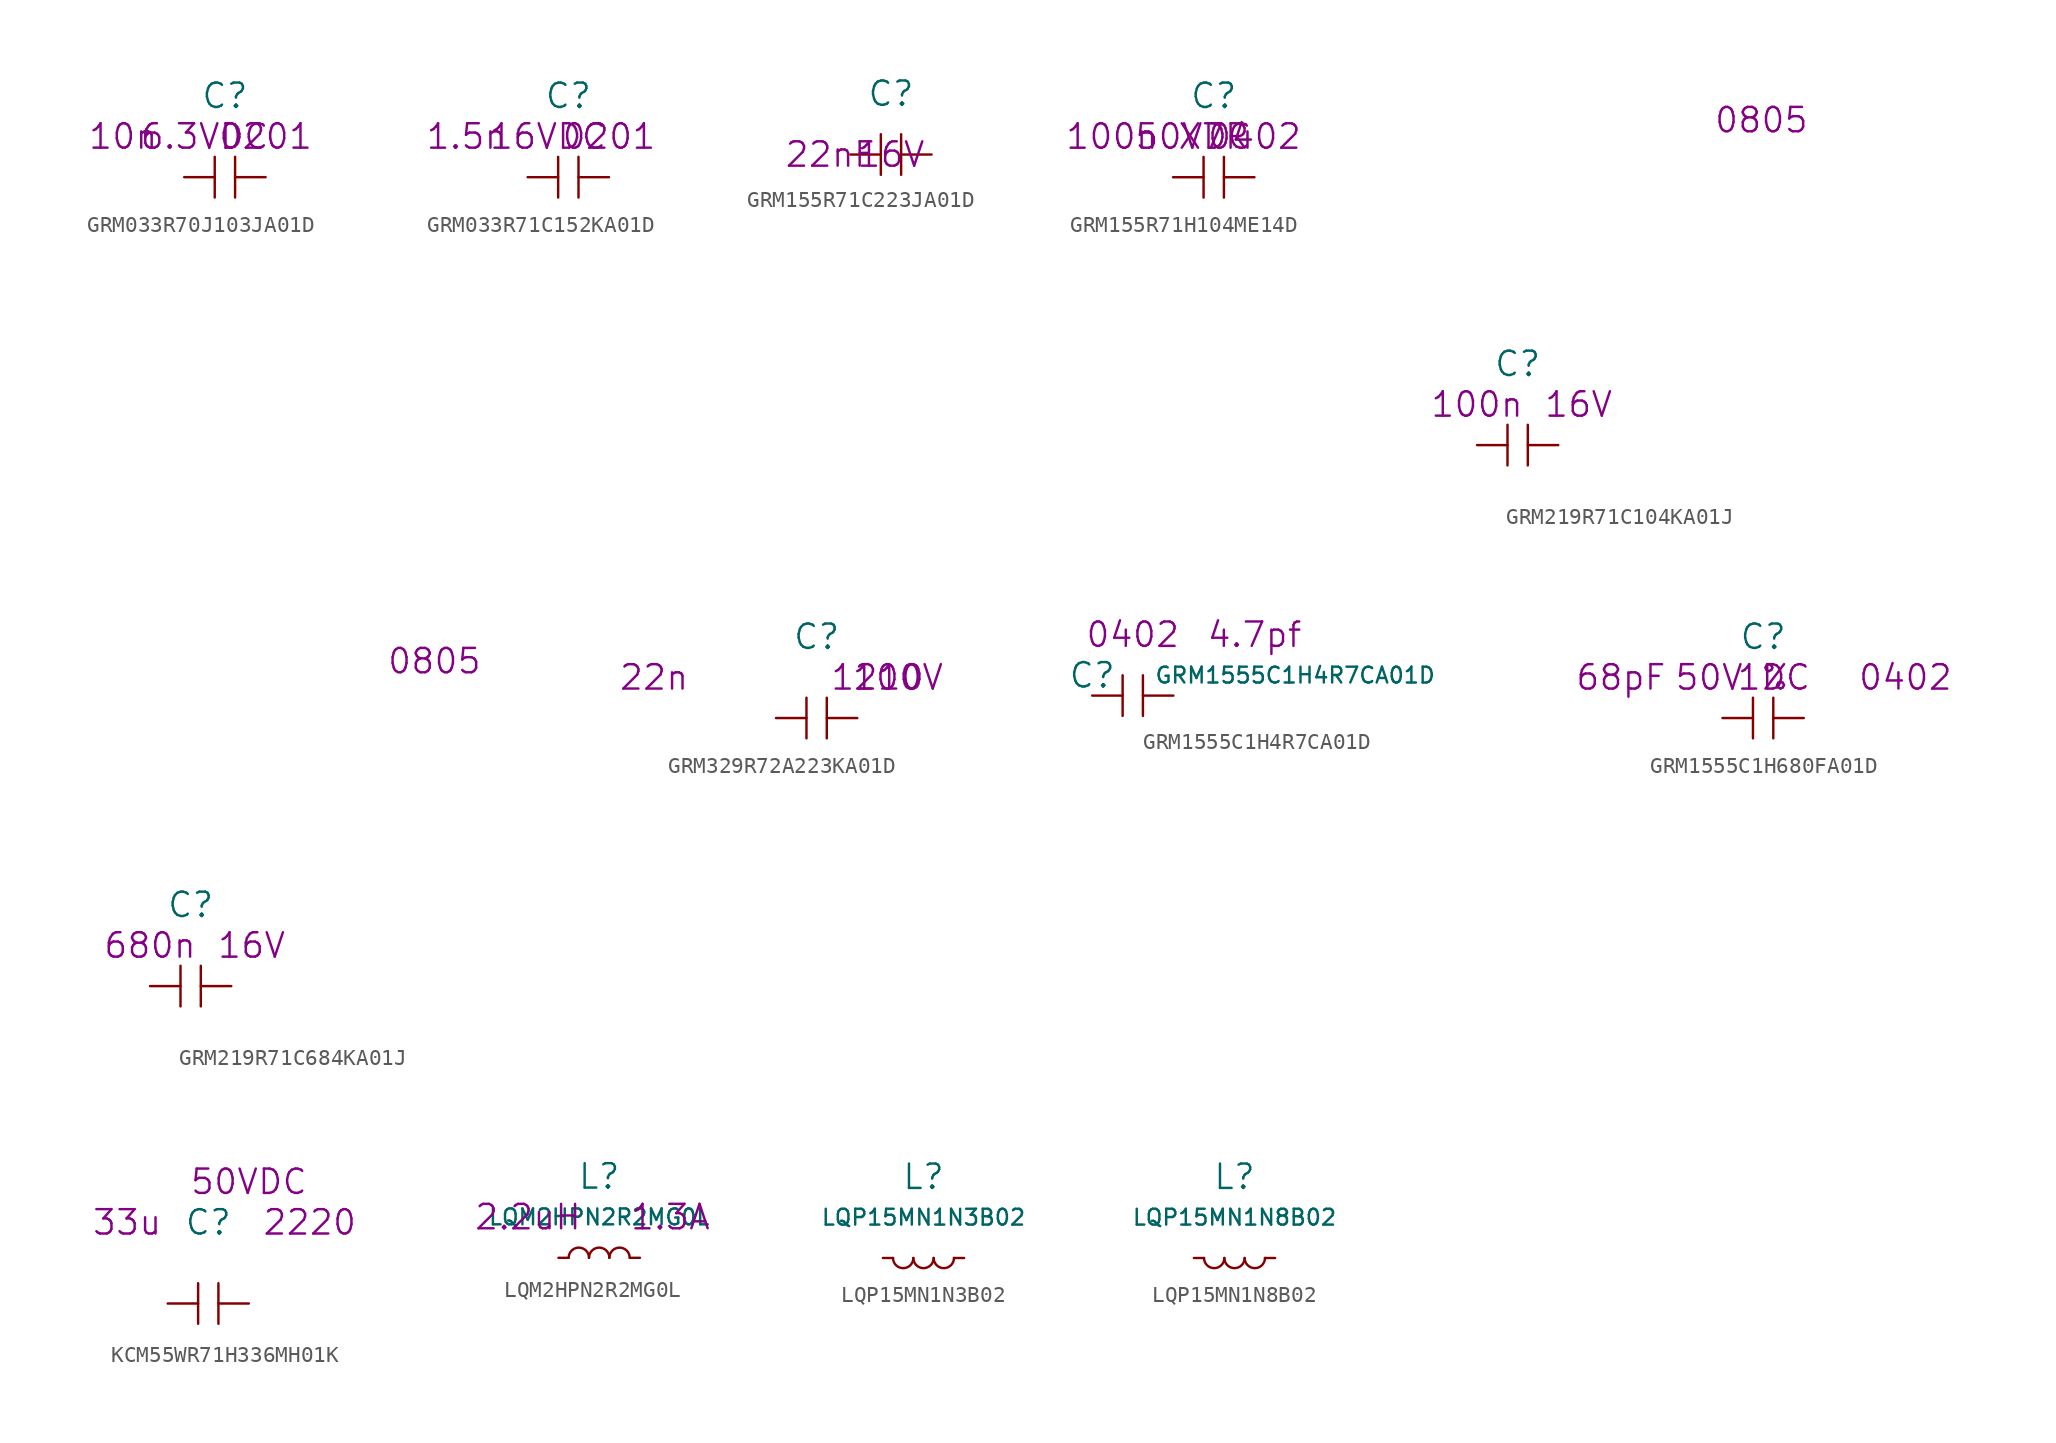
<source format=kicad_sym>
(kicad_symbol_lib
  (version 20220914)
  (generator kicad_symbol_editor)
  (symbol "GRM033R70J103JA01D"
    (pin_numbers hide)
    (pin_names
      (offset 1.016) hide)
    (property "Reference" "C"
      (at 0 5.08 0)
      (effects (font (size 1.524 1.524))))
    (property "Size" "0201"
      (at 2.54 2.54 0)
      (effects (font (size 1.524 1.524))))
    (property "Value2" "10n"
      (at -6.35 2.54 0)
      (effects (font (size 1.524 1.524))))
    (property "Rating" "6.3VDC"
      (at -1.27 2.54 0)
      (effects (font (size 1.524 1.524))))
    (symbol "GRM033R70J103JA01D_0_1"
      (polyline (pts (xy -0.635 -1.27) (xy -0.635 1.27)) (stroke (width 0) (type solid)) (fill (type none)))
      (polyline (pts (xy 0.635 1.27) (xy 0.635 -1.27)) (stroke (width 0) (type solid)) (fill (type none))))
    (symbol "GRM033R70J103JA01D_1_1"
      (pin passive line (at -2.54 0 0) (length 1.905) (name "1" (effects (font (size 1.27 1.27)))) (number "1" (effects (font (size 1.27 1.27)))))
      (pin passive line (at 2.54 0 180) (length 1.905) (name "2" (effects (font (size 1.27 1.27)))) (number "2" (effects (font (size 1.27 1.27)))))))
  (symbol "GRM033R71C152KA01D"
    (pin_numbers hide)
    (pin_names
      (offset 1.016) hide)
    (property "Reference" "C"
      (at 0 5.08 0)
      (effects (font (size 1.524 1.524))))
    (property "Size" "0201"
      (at 2.54 2.54 0)
      (effects (font (size 1.524 1.524))))
    (property "Value2" "1.5n"
      (at -6.35 2.54 0)
      (effects (font (size 1.524 1.524))))
    (property "Rating" "16VDC"
      (at -1.27 2.54 0)
      (effects (font (size 1.524 1.524))))
    (symbol "GRM033R71C152KA01D_0_1"
      (polyline (pts (xy -0.635 -1.27) (xy -0.635 1.27)) (stroke (width 0) (type solid)) (fill (type none)))
      (polyline (pts (xy 0.635 1.27) (xy 0.635 -1.27)) (stroke (width 0) (type solid)) (fill (type none))))
    (symbol "GRM033R71C152KA01D_1_1"
      (pin passive line (at -2.54 0 0) (length 1.905) (name "1" (effects (font (size 1.27 1.27)))) (number "1" (effects (font (size 1.27 1.27)))))
      (pin passive line (at 2.54 0 180) (length 1.905) (name "2" (effects (font (size 1.27 1.27)))) (number "2" (effects (font (size 1.27 1.27)))))))
  (symbol "GRM155R71C223JA01D"
    (pin_numbers hide)
    (pin_names
      (offset 1.016) hide)
    (property "Reference" "C"
      (at 0 3.81 0)
      (effects (font (size 1.524 1.524))))
    (property "Value2" "22nF"
      (at -3.81 0 0)
      (effects (font (size 1.524 1.524))))
    (property "Rating" "16V"
      (at 0 0 0)
      (effects (font (size 1.524 1.524))))
    (symbol "GRM155R71C223JA01D_0_1"
      (polyline (pts (xy -0.635 -1.27) (xy -0.635 1.27)) (stroke (width 0) (type solid)) (fill (type none)))
      (polyline (pts (xy 0.635 1.27) (xy 0.635 -1.27)) (stroke (width 0) (type solid)) (fill (type none))))
    (symbol "GRM155R71C223JA01D_1_1"
      (pin passive line (at -2.54 0 0) (length 1.905) (name "1" (effects (font (size 1.27 1.27)))) (number "1" (effects (font (size 1.27 1.27)))))
      (pin passive line (at 2.54 0 180) (length 1.905) (name "2" (effects (font (size 1.27 1.27)))) (number "2" (effects (font (size 1.27 1.27)))))))
  (symbol "GRM155R71H104ME14D"
    (pin_numbers hide)
    (pin_names
      (offset 1.016) hide)
    (property "Reference" "C"
      (at 0 5.08 0)
      (effects (font (size 1.524 1.524))))
    (property "Datasheet" ""
      (at 0 5.08 0)
      (effects (font (size 1.524 1.524))))
    (property "Size" "0402"
      (at 2.54 2.54 0)
      (effects (font (size 1.524 1.524))))
    (property "Value2" "100n"
      (at -6.35 2.54 0)
      (effects (font (size 1.524 1.524))))
    (property "Rating" "50VDC"
      (at -1.27 2.54 0)
      (effects (font (size 1.524 1.524))))
    (property "Dielectric" "X7R"
      (at 0 2.54 0)
      (effects (font (size 1.524 1.524))))
    (symbol "GRM155R71H104ME14D_0_1"
      (polyline (pts (xy -0.635 -1.27) (xy -0.635 1.27)) (stroke (width 0) (type solid)) (fill (type none)))
      (polyline (pts (xy 0.635 1.27) (xy 0.635 -1.27)) (stroke (width 0) (type solid)) (fill (type none))))
    (symbol "GRM155R71H104ME14D_1_1"
      (pin passive line (at -2.54 0 0) (length 1.905) (name "1" (effects (font (size 1.27 1.27)))) (number "1" (effects (font (size 1.27 1.27)))))
      (pin passive line (at 2.54 0 180) (length 1.905) (name "2" (effects (font (size 1.27 1.27)))) (number "2" (effects (font (size 1.27 1.27)))))))
  (symbol "GRM219R71C104KA01J"
    (pin_numbers hide)
    (pin_names
      (offset 1.016) hide)
    (property "Reference" "C"
      (at 0 5.08 0)
      (effects (font (size 1.524 1.524))))
    (property "Value2" "100n"
      (at -2.54 2.54 0)
      (effects (font (size 1.524 1.524))))
    (property "Rating" "16V"
      (at 3.81 2.54 0)
      (effects (font (size 1.524 1.524))))
    (property "Size" "0805"
      (at 15.24 20.32 0)
      (effects (font (size 1.524 1.524))))
    (symbol "GRM219R71C104KA01J_0_1"
      (polyline (pts (xy -0.635 -1.27) (xy -0.635 1.27)) (stroke (width 0) (type solid)) (fill (type none)))
      (polyline (pts (xy 0.635 1.27) (xy 0.635 -1.27)) (stroke (width 0) (type solid)) (fill (type none))))
    (symbol "GRM219R71C104KA01J_1_1"
      (pin passive line (at -2.54 0 0) (length 1.905) (name "1" (effects (font (size 1.27 1.27)))) (number "1" (effects (font (size 1.27 1.27)))))
      (pin passive line (at 2.54 0 180) (length 1.905) (name "2" (effects (font (size 1.27 1.27)))) (number "2" (effects (font (size 1.27 1.27)))))))
  (symbol "GRM219R71C684KA01J"
    (pin_numbers hide)
    (pin_names
      (offset 1.016) hide)
    (property "Reference" "C"
      (at 0 5.08 0)
      (effects (font (size 1.524 1.524))))
    (property "Value2" "680n"
      (at -2.54 2.54 0)
      (effects (font (size 1.524 1.524))))
    (property "Rating" "16V"
      (at 3.81 2.54 0)
      (effects (font (size 1.524 1.524))))
    (property "Size" "0805"
      (at 15.24 20.32 0)
      (effects (font (size 1.524 1.524))))
    (symbol "GRM219R71C684KA01J_0_1"
      (polyline (pts (xy -0.635 -1.27) (xy -0.635 1.27)) (stroke (width 0) (type solid)) (fill (type none)))
      (polyline (pts (xy 0.635 1.27) (xy 0.635 -1.27)) (stroke (width 0) (type solid)) (fill (type none))))
    (symbol "GRM219R71C684KA01J_1_1"
      (pin passive line (at -2.54 0 0) (length 1.905) (name "1" (effects (font (size 1.27 1.27)))) (number "1" (effects (font (size 1.27 1.27)))))
      (pin passive line (at 2.54 0 180) (length 1.905) (name "2" (effects (font (size 1.27 1.27)))) (number "2" (effects (font (size 1.27 1.27)))))))
  (symbol "GRM329R72A223KA01D"
    (pin_numbers hide)
    (pin_names
      (offset 1.016) hide)
    (property "Reference" "C"
      (at 0 5.08 0)
      (effects (font (size 1.524 1.524))))
    (property "Datasheet" ""
      (at 0 5.08 0)
      (effects (font (size 1.524 1.524))))
    (property "Value2" "22n"
      (at -10.16 2.54 0)
      (effects (font (size 1.524 1.524))))
    (property "Rating" "100V"
      (at 5.08 2.54 0)
      (effects (font (size 1.524 1.524))))
    (property "Size" "1210"
      (at 3.81 2.54 0)
      (effects (font (size 1.524 1.524))))
    (symbol "GRM329R72A223KA01D_0_1"
      (polyline (pts (xy -0.635 -1.27) (xy -0.635 1.27)) (stroke (width 0) (type solid)) (fill (type none)))
      (polyline (pts (xy 0.635 1.27) (xy 0.635 -1.27)) (stroke (width 0) (type solid)) (fill (type none))))
    (symbol "GRM329R72A223KA01D_1_1"
      (pin passive line (at -2.54 0 0) (length 1.905) (name "1" (effects (font (size 1.27 1.27)))) (number "1" (effects (font (size 1.27 1.27)))))
      (pin passive line (at 2.54 0 180) (length 1.905) (name "2" (effects (font (size 1.27 1.27)))) (number "2" (effects (font (size 1.27 1.27)))))))
  (symbol "GRM1555C1H4R7CA01D"
    (pin_numbers hide)
    (pin_names
      (offset 1.016) hide)
    (property "Reference" "C"
      (at -2.54 1.27 0)
      (effects (font (size 1.524 1.524))))
    (property "Value" "GRM1555C1H4R7CA01D"
      (at 10.16 1.27 0)
      (effects (font (size 0.991 0.991))))
    (property "Size" "0402"
      (at 0 3.81 0)
      (effects (font (size 1.524 1.524))))
    (property "Value2" "4.7pf"
      (at 7.62 3.81 0)
      (effects (font (size 1.524 1.524))))
    (symbol "GRM1555C1H4R7CA01D_0_1"
      (polyline (pts (xy -0.635 -1.27) (xy -0.635 1.27)) (stroke (width 0) (type solid)) (fill (type none)))
      (polyline (pts (xy 0.635 1.27) (xy 0.635 -1.27)) (stroke (width 0) (type solid)) (fill (type none))))
    (symbol "GRM1555C1H4R7CA01D_1_1"
      (pin input line (at -2.54 0 0) (length 1.905) (name "1" (effects (font (size 1.27 1.27)))) (number "1" (effects (font (size 1.27 1.27)))))
      (pin input line (at 2.54 0 180) (length 1.905) (name "2" (effects (font (size 1.27 1.27)))) (number "2" (effects (font (size 1.27 1.27)))))))
  (symbol "GRM1555C1H680FA01D"
    (pin_numbers hide)
    (pin_names
      (offset 1.016) hide)
    (property "Reference" "C"
      (at 0 5.08 0)
      (effects (font (size 1.524 1.524))))
    (property "Datasheet" ""
      (at 0 0 0)
      (effects (font (size 1.524 1.524))))
    (property "Value2" "68pF"
      (at -8.89 2.54 0)
      (effects (font (size 1.524 1.524))))
    (property "Size" "0402"
      (at 8.89 2.54 0)
      (effects (font (size 1.524 1.524))))
    (property "Tolerance" "1%"
      (at 0 2.54 0)
      (effects (font (size 1.524 1.524))))
    (property "Rating" "50V DC"
      (at -1.27 2.54 0)
      (effects (font (size 1.524 1.524))))
    (symbol "GRM1555C1H680FA01D_0_1"
      (polyline (pts (xy -0.635 -1.27) (xy -0.635 1.27)) (stroke (width 0) (type solid)) (fill (type none)))
      (polyline (pts (xy 0.635 1.27) (xy 0.635 -1.27)) (stroke (width 0) (type solid)) (fill (type none))))
    (symbol "GRM1555C1H680FA01D_1_1"
      (pin passive line (at -2.54 0 0) (length 1.905) (name "1" (effects (font (size 1.27 1.27)))) (number "1" (effects (font (size 1.27 1.27)))))
      (pin passive line (at 2.54 0 180) (length 1.905) (name "2" (effects (font (size 1.27 1.27)))) (number "2" (effects (font (size 1.27 1.27)))))))
  (symbol "KCM55WR71H336MH01K"
    (pin_numbers hide)
    (pin_names
      (offset 1.016) hide)
    (property "Reference" "C"
      (at 0 5.08 0)
      (effects (font (size 1.524 1.524))))
    (property "Datasheet" ""
      (at 0 5.08 0)
      (effects (font (size 1.524 1.524))))
    (property "Value2" "33u"
      (at -5.08 5.08 0)
      (effects (font (size 1.524 1.524))))
    (property "Size" "2220"
      (at 6.35 5.08 0)
      (effects (font (size 1.524 1.524))))
    (property "Rating" "50VDC"
      (at 2.54 7.62 0)
      (effects (font (size 1.524 1.524))))
    (symbol "KCM55WR71H336MH01K_0_1"
      (polyline (pts (xy -0.635 -1.27) (xy -0.635 1.27)) (stroke (width 0) (type solid)) (fill (type none)))
      (polyline (pts (xy 0.635 1.27) (xy 0.635 -1.27)) (stroke (width 0) (type solid)) (fill (type none))))
    (symbol "KCM55WR71H336MH01K_1_1"
      (pin passive line (at -2.54 0 0) (length 1.905) (name "1" (effects (font (size 1.27 1.27)))) (number "1" (effects (font (size 1.27 1.27)))))
      (pin passive line (at 2.54 0 180) (length 1.905) (name "2" (effects (font (size 1.27 1.27)))) (number "2" (effects (font (size 1.27 1.27)))))))
  (symbol "LQM2HPN2R2MG0L"
    (pin_numbers hide)
    (pin_names
      (offset 1.016) hide)
    (property "Reference" "L"
      (at 0 5.08 0)
      (effects (font (size 1.524 1.524))))
    (property "Value" "LQM2HPN2R2MG0L"
      (at 0 2.54 0)
      (effects (font (size 0.991 0.991))))
    (property "Datasheet" ""
      (at 0 5.08 0)
      (effects (font (size 1.524 1.524))))
    (property "Value2" "2.2uH"
      (at -4.445 2.54 0)
      (effects (font (size 1.524 1.524))))
    (property "DC Current" "1.3A"
      (at 4.445 2.54 0)
      (effects (font (size 1.524 1.524))))
    (symbol "LQM2HPN2R2MG0L_0_1"
      (arc (start -0.635 0) (mid -1.27 0.6323) (end -1.905 0) (stroke (width 0) (type solid)) (fill (type none)))
      (arc (start 0.635 0) (mid 0 0.6323) (end -0.635 0) (stroke (width 0) (type solid)) (fill (type none)))
      (arc (start 1.905 0) (mid 1.27 0.6323) (end 0.635 0) (stroke (width 0) (type solid)) (fill (type none))))
    (symbol "LQM2HPN2R2MG0L_1_1"
      (pin passive line (at -2.54 0 0) (length 0.635) (name "1" (effects (font (size 1.27 1.27)))) (number "1" (effects (font (size 1.27 1.27)))))
      (pin passive line (at 2.54 0 180) (length 0.635) (name "2" (effects (font (size 1.27 1.27)))) (number "2" (effects (font (size 1.27 1.27)))))))
  (symbol "LQP15MN1N3B02"
    (pin_numbers hide)
    (pin_names
      (offset 1.016) hide)
    (property "Reference" "L"
      (at 0 5.08 0)
      (effects (font (size 1.524 1.524))))
    (property "Value" "LQP15MN1N3B02"
      (at 0 2.54 0)
      (effects (font (size 0.991 0.991))))
    (property "Footprint" ""
      (at 0 0 0)
      (effects (font (size 1.524 1.524))))
    (property "Datasheet" ""
      (at 0 0 0)
      (effects (font (size 1.524 1.524))))
    (symbol "LQP15MN1N3B02_0_1"
      (arc (start -1.905 0) (mid -1.27 -0.6323) (end -0.635 0) (stroke (width 0) (type solid)) (fill (type none)))
      (arc (start -0.635 0) (mid 0 -0.6323) (end 0.635 0) (stroke (width 0) (type solid)) (fill (type none)))
      (arc (start 0.635 0) (mid 1.27 -0.6323) (end 1.905 0) (stroke (width 0) (type solid)) (fill (type none))))
    (symbol "LQP15MN1N3B02_1_1"
      (pin input line (at -2.54 0 0) (length 0.635) (name "1" (effects (font (size 1.27 1.27)))) (number "1" (effects (font (size 1.27 1.27)))))
      (pin input line (at 2.54 0 180) (length 0.635) (name "2" (effects (font (size 1.27 1.27)))) (number "2" (effects (font (size 1.27 1.27)))))))
  (symbol "LQP15MN1N8B02"
    (pin_numbers hide)
    (pin_names
      (offset 1.016) hide)
    (property "Reference" "L"
      (at 0 5.08 0)
      (effects (font (size 1.524 1.524))))
    (property "Value" "LQP15MN1N8B02"
      (at 0 2.54 0)
      (effects (font (size 0.991 0.991))))
    (property "Footprint" ""
      (at 0 0 0)
      (effects (font (size 1.524 1.524))))
    (property "Datasheet" ""
      (at 0 0 0)
      (effects (font (size 1.524 1.524))))
    (symbol "LQP15MN1N8B02_0_1"
      (arc (start -1.905 0) (mid -1.27 -0.6323) (end -0.635 0) (stroke (width 0) (type solid)) (fill (type none)))
      (arc (start -0.635 0) (mid 0 -0.6323) (end 0.635 0) (stroke (width 0) (type solid)) (fill (type none)))
      (arc (start 0.635 0) (mid 1.27 -0.6323) (end 1.905 0) (stroke (width 0) (type solid)) (fill (type none))))
    (symbol "LQP15MN1N8B02_1_1"
      (pin input line (at -2.54 0 0) (length 0.635) (name "1" (effects (font (size 1.27 1.27)))) (number "1" (effects (font (size 1.27 1.27)))))
      (pin input line (at 2.54 0 180) (length 0.635) (name "2" (effects (font (size 1.27 1.27)))) (number "2" (effects (font (size 1.27 1.27))))))))
</source>
